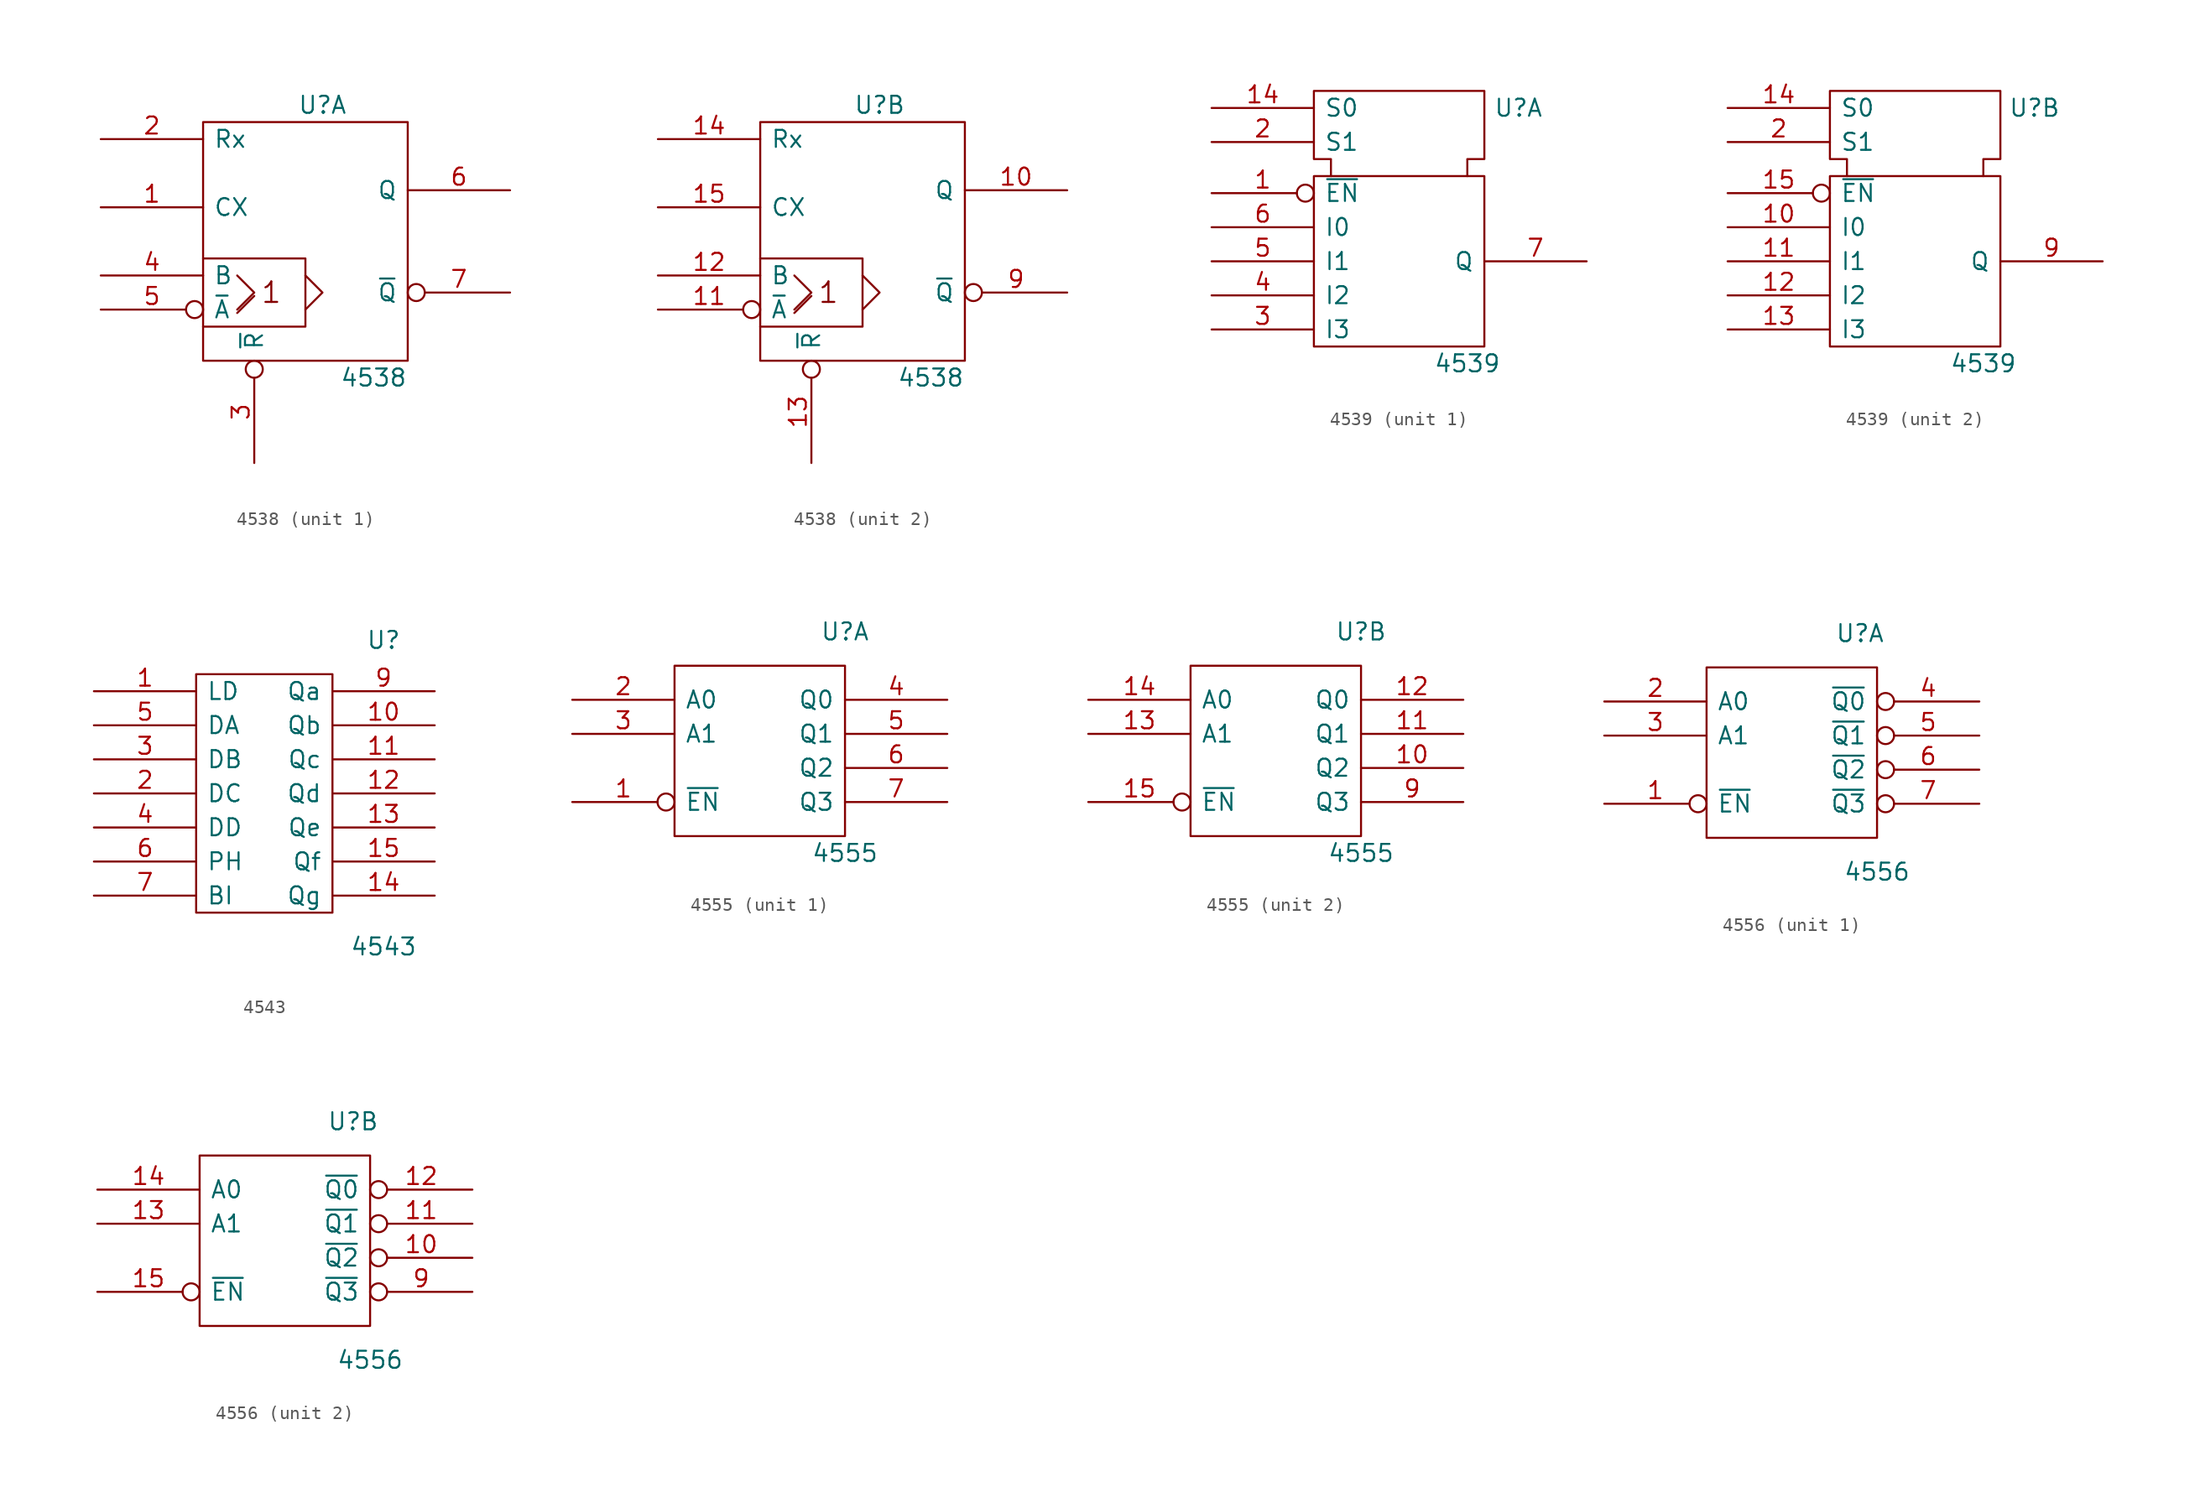
<source format=kicad_sym>
(kicad_symbol_lib
  (version 20211014)
  (generator kicad_symbol_editor)
  (symbol "4538"
    (pin_names
      (offset 0.762))
    (property "Reference" "U"
      (at 1.27 10.16 0)
      (effects (font (size 1.27 1.27))))
    (property "Value" "4538"
      (at 5.08 -10.16 0)
      (effects (font (size 1.27 1.27))))
    (symbol "4538_0_0"
      (polyline (pts (xy -5.08 -5.334) (xy -3.81 -4.064) (xy -3.81 -4.064)) (stroke (width 0) (type default) (color 0 0 0 0)) (fill (type none)))
      (polyline (pts (xy -5.08 -2.54) (xy -3.81 -3.81) (xy -5.08 -5.08) (xy -5.08 -5.08)) (stroke (width 0) (type default) (color 0 0 0 0)) (fill (type none)))
      (polyline (pts (xy 0 -2.54) (xy 1.27 -3.81) (xy 0 -5.08) (xy 0 -5.08)) (stroke (width 0) (type default) (color 0 0 0 0)) (fill (type none)))
      (polyline (pts (xy -7.62 -1.27) (xy 0 -1.27) (xy 0 -6.35) (xy -7.62 -6.35) (xy -7.62 -6.35)) (stroke (width 0) (type default) (color 0 0 0 0)) (fill (type none)))
      (text "1" (at -2.54 -3.81 0) (effects (font (size 1.524 1.524)))))
    (symbol "4538_0_1"
      (rectangle (start -7.62 8.89) (end 7.62 -8.89) (stroke (width 0) (type default) (color 0 0 0 0)) (fill (type none))))
    (symbol "4538_1_1"
      (pin input line (at -15.24 2.54 0) (length 7.62) (name "CX" (effects (font (size 1.27 1.27)))) (number "1" (effects (font (size 1.27 1.27)))))
      (pin power_in line (at 0 8.89 270) (length 0) hide (name "VDD" (effects (font (size 1.27 1.27)))) (number "16" (effects (font (size 1.27 1.27)))))
      (pin input line (at -15.24 7.62 0) (length 7.62) (name "Rx" (effects (font (size 1.27 1.27)))) (number "2" (effects (font (size 1.27 1.27)))))
      (pin input inverted (at -3.81 -16.51 90) (length 7.62) (name "~{R}" (effects (font (size 1.27 1.27)))) (number "3" (effects (font (size 1.27 1.27)))))
      (pin input line (at -15.24 -2.54 0) (length 7.62) (name "B" (effects (font (size 1.27 1.27)))) (number "4" (effects (font (size 1.27 1.27)))))
      (pin input inverted (at -15.24 -5.08 0) (length 7.62) (name "~{A}" (effects (font (size 1.27 1.27)))) (number "5" (effects (font (size 1.27 1.27)))))
      (pin output line (at 15.24 3.81 180) (length 7.62) (name "Q" (effects (font (size 1.27 1.27)))) (number "6" (effects (font (size 1.27 1.27)))))
      (pin output inverted (at 15.24 -3.81 180) (length 7.62) (name "~{Q}" (effects (font (size 1.27 1.27)))) (number "7" (effects (font (size 1.27 1.27)))))
      (pin power_in line (at 0 -8.89 90) (length 0) hide (name "VSS" (effects (font (size 1.27 1.27)))) (number "8" (effects (font (size 1.27 1.27))))))
    (symbol "4538_2_1"
      (pin output line (at 15.24 3.81 180) (length 7.62) (name "Q" (effects (font (size 1.27 1.27)))) (number "10" (effects (font (size 1.27 1.27)))))
      (pin input inverted (at -15.24 -5.08 0) (length 7.62) (name "~{A}" (effects (font (size 1.27 1.27)))) (number "11" (effects (font (size 1.27 1.27)))))
      (pin input line (at -15.24 -2.54 0) (length 7.62) (name "B" (effects (font (size 1.27 1.27)))) (number "12" (effects (font (size 1.27 1.27)))))
      (pin input inverted (at -3.81 -16.51 90) (length 7.62) (name "~{R}" (effects (font (size 1.27 1.27)))) (number "13" (effects (font (size 1.27 1.27)))))
      (pin input line (at -15.24 7.62 0) (length 7.62) (name "Rx" (effects (font (size 1.27 1.27)))) (number "14" (effects (font (size 1.27 1.27)))))
      (pin input line (at -15.24 2.54 0) (length 7.62) (name "CX" (effects (font (size 1.27 1.27)))) (number "15" (effects (font (size 1.27 1.27)))))
      (pin power_in line (at 0 8.89 270) (length 0) hide (name "VDD" (effects (font (size 1.27 1.27)))) (number "16" (effects (font (size 1.27 1.27)))))
      (pin power_in line (at 0 -8.89 90) (length 0) hide (name "VSS" (effects (font (size 1.27 1.27)))) (number "8" (effects (font (size 1.27 1.27)))))
      (pin output inverted (at 15.24 -3.81 180) (length 7.62) (name "~{Q}" (effects (font (size 1.27 1.27)))) (number "9" (effects (font (size 1.27 1.27)))))))
  (symbol "4539"
    (pin_names
      (offset 0.762))
    (property "Reference" "U"
      (at 8.89 10.16 0)
      (effects (font (size 1.27 1.27))))
    (property "Value" "4539"
      (at 5.08 -8.89 0)
      (effects (font (size 1.27 1.27))))
    (symbol "4539_0_1"
      (rectangle (start -6.35 5.08) (end 6.35 -7.62) (stroke (width 0) (type default) (color 0 0 0 0)) (fill (type none)))
      (polyline (pts (xy -5.08 5.08) (xy -5.08 6.35) (xy -6.35 6.35) (xy -6.35 11.43) (xy 6.35 11.43) (xy 6.35 6.35) (xy 5.08 6.35) (xy 5.08 5.08) (xy 5.08 5.08)) (stroke (width 0) (type default) (color 0 0 0 0)) (fill (type none)))
      (pin input line (at -13.97 10.16 0) (length 7.62) (name "S0" (effects (font (size 1.27 1.27)))) (number "14" (effects (font (size 1.27 1.27)))))
      (pin power_in line (at 3.81 11.43 270) (length 0) hide (name "Vdd" (effects (font (size 1.27 1.27)))) (number "16" (effects (font (size 1.27 1.27)))))
      (pin input line (at -13.97 7.62 0) (length 7.62) (name "S1" (effects (font (size 1.27 1.27)))) (number "2" (effects (font (size 1.27 1.27)))))
      (pin power_in line (at 0 11.43 270) (length 0) hide (name "Vss" (effects (font (size 1.27 1.27)))) (number "8" (effects (font (size 1.27 1.27))))))
    (symbol "4539_1_1"
      (pin input inverted (at -13.97 3.81 0) (length 7.62) (name "~{EN}" (effects (font (size 1.27 1.27)))) (number "1" (effects (font (size 1.27 1.27)))))
      (pin input line (at -13.97 -6.35 0) (length 7.62) (name "I3" (effects (font (size 1.27 1.27)))) (number "3" (effects (font (size 1.27 1.27)))))
      (pin input line (at -13.97 -3.81 0) (length 7.62) (name "I2" (effects (font (size 1.27 1.27)))) (number "4" (effects (font (size 1.27 1.27)))))
      (pin input line (at -13.97 -1.27 0) (length 7.62) (name "I1" (effects (font (size 1.27 1.27)))) (number "5" (effects (font (size 1.27 1.27)))))
      (pin input line (at -13.97 1.27 0) (length 7.62) (name "I0" (effects (font (size 1.27 1.27)))) (number "6" (effects (font (size 1.27 1.27)))))
      (pin output line (at 13.97 -1.27 180) (length 7.62) (name "Q" (effects (font (size 1.27 1.27)))) (number "7" (effects (font (size 1.27 1.27))))))
    (symbol "4539_2_1"
      (pin input line (at -13.97 1.27 0) (length 7.62) (name "I0" (effects (font (size 1.27 1.27)))) (number "10" (effects (font (size 1.27 1.27)))))
      (pin input line (at -13.97 -1.27 0) (length 7.62) (name "I1" (effects (font (size 1.27 1.27)))) (number "11" (effects (font (size 1.27 1.27)))))
      (pin input line (at -13.97 -3.81 0) (length 7.62) (name "I2" (effects (font (size 1.27 1.27)))) (number "12" (effects (font (size 1.27 1.27)))))
      (pin input line (at -13.97 -6.35 0) (length 7.62) (name "I3" (effects (font (size 1.27 1.27)))) (number "13" (effects (font (size 1.27 1.27)))))
      (pin input inverted (at -13.97 3.81 0) (length 7.62) (name "~{EN}" (effects (font (size 1.27 1.27)))) (number "15" (effects (font (size 1.27 1.27)))))
      (pin output line (at 13.97 -1.27 180) (length 7.62) (name "Q" (effects (font (size 1.27 1.27)))) (number "9" (effects (font (size 1.27 1.27)))))))
  (symbol "4543"
    (pin_names
      (offset 0.762))
    (property "Reference" "U"
      (at 8.89 11.43 0)
      (effects (font (size 1.27 1.27))))
    (property "Value" "4543"
      (at 8.89 -11.43 0)
      (effects (font (size 1.27 1.27))))
    (symbol "4543_0_1"
      (rectangle (start -5.08 8.89) (end 5.08 -8.89) (stroke (width 0) (type default) (color 0 0 0 0)) (fill (type none))))
    (symbol "4543_1_1"
      (pin input line (at -12.7 7.62 0) (length 7.62) (name "LD" (effects (font (size 1.27 1.27)))) (number "1" (effects (font (size 1.27 1.27)))))
      (pin output line (at 12.7 5.08 180) (length 7.62) (name "Qb" (effects (font (size 1.27 1.27)))) (number "10" (effects (font (size 1.27 1.27)))))
      (pin output line (at 12.7 2.54 180) (length 7.62) (name "Qc" (effects (font (size 1.27 1.27)))) (number "11" (effects (font (size 1.27 1.27)))))
      (pin output line (at 12.7 0 180) (length 7.62) (name "Qd" (effects (font (size 1.27 1.27)))) (number "12" (effects (font (size 1.27 1.27)))))
      (pin output line (at 12.7 -2.54 180) (length 7.62) (name "Qe" (effects (font (size 1.27 1.27)))) (number "13" (effects (font (size 1.27 1.27)))))
      (pin output line (at 12.7 -7.62 180) (length 7.62) (name "Qg" (effects (font (size 1.27 1.27)))) (number "14" (effects (font (size 1.27 1.27)))))
      (pin output line (at 12.7 -5.08 180) (length 7.62) (name "Qf" (effects (font (size 1.27 1.27)))) (number "15" (effects (font (size 1.27 1.27)))))
      (pin power_in line (at 0 8.89 270) (length 0) hide (name "Vdd" (effects (font (size 1.27 1.27)))) (number "16" (effects (font (size 1.27 1.27)))))
      (pin input line (at -12.7 0 0) (length 7.62) (name "DC" (effects (font (size 1.27 1.27)))) (number "2" (effects (font (size 1.27 1.27)))))
      (pin input line (at -12.7 2.54 0) (length 7.62) (name "DB" (effects (font (size 1.27 1.27)))) (number "3" (effects (font (size 1.27 1.27)))))
      (pin input line (at -12.7 -2.54 0) (length 7.62) (name "DD" (effects (font (size 1.27 1.27)))) (number "4" (effects (font (size 1.27 1.27)))))
      (pin input line (at -12.7 5.08 0) (length 7.62) (name "DA" (effects (font (size 1.27 1.27)))) (number "5" (effects (font (size 1.27 1.27)))))
      (pin input line (at -12.7 -5.08 0) (length 7.62) (name "PH" (effects (font (size 1.27 1.27)))) (number "6" (effects (font (size 1.27 1.27)))))
      (pin input line (at -12.7 -7.62 0) (length 7.62) (name "BI" (effects (font (size 1.27 1.27)))) (number "7" (effects (font (size 1.27 1.27)))))
      (pin power_in line (at 0 -8.89 90) (length 0) hide (name "Vss" (effects (font (size 1.27 1.27)))) (number "8" (effects (font (size 1.27 1.27)))))
      (pin output line (at 12.7 7.62 180) (length 7.62) (name "Qa" (effects (font (size 1.27 1.27)))) (number "9" (effects (font (size 1.27 1.27)))))))
  (symbol "4555"
    (pin_names
      (offset 0.762))
    (property "Reference" "U"
      (at 6.35 8.89 0)
      (effects (font (size 1.27 1.27))))
    (property "Value" "4555"
      (at 6.35 -7.62 0)
      (effects (font (size 1.27 1.27))))
    (symbol "4555_0_1"
      (rectangle (start -6.35 6.35) (end 6.35 -6.35) (stroke (width 0) (type default) (color 0 0 0 0)) (fill (type none)))
      (pin power_in line (at 0 6.35 270) (length 0) hide (name "Vdd" (effects (font (size 1.27 1.27)))) (number "16" (effects (font (size 1.27 1.27)))))
      (pin power_in line (at 0 -6.35 90) (length 0) hide (name "Vss" (effects (font (size 1.27 1.27)))) (number "8" (effects (font (size 1.27 1.27))))))
    (symbol "4555_1_1"
      (pin input inverted (at -13.97 -3.81 0) (length 7.62) (name "~{EN}" (effects (font (size 1.27 1.27)))) (number "1" (effects (font (size 1.27 1.27)))))
      (pin input line (at -13.97 3.81 0) (length 7.62) (name "A0" (effects (font (size 1.27 1.27)))) (number "2" (effects (font (size 1.27 1.27)))))
      (pin input line (at -13.97 1.27 0) (length 7.62) (name "A1" (effects (font (size 1.27 1.27)))) (number "3" (effects (font (size 1.27 1.27)))))
      (pin output line (at 13.97 3.81 180) (length 7.62) (name "Q0" (effects (font (size 1.27 1.27)))) (number "4" (effects (font (size 1.27 1.27)))))
      (pin output line (at 13.97 1.27 180) (length 7.62) (name "Q1" (effects (font (size 1.27 1.27)))) (number "5" (effects (font (size 1.27 1.27)))))
      (pin output line (at 13.97 -1.27 180) (length 7.62) (name "Q2" (effects (font (size 1.27 1.27)))) (number "6" (effects (font (size 1.27 1.27)))))
      (pin output line (at 13.97 -3.81 180) (length 7.62) (name "Q3" (effects (font (size 1.27 1.27)))) (number "7" (effects (font (size 1.27 1.27))))))
    (symbol "4555_2_1"
      (pin output line (at 13.97 -1.27 180) (length 7.62) (name "Q2" (effects (font (size 1.27 1.27)))) (number "10" (effects (font (size 1.27 1.27)))))
      (pin output line (at 13.97 1.27 180) (length 7.62) (name "Q1" (effects (font (size 1.27 1.27)))) (number "11" (effects (font (size 1.27 1.27)))))
      (pin output line (at 13.97 3.81 180) (length 7.62) (name "Q0" (effects (font (size 1.27 1.27)))) (number "12" (effects (font (size 1.27 1.27)))))
      (pin input line (at -13.97 1.27 0) (length 7.62) (name "A1" (effects (font (size 1.27 1.27)))) (number "13" (effects (font (size 1.27 1.27)))))
      (pin input line (at -13.97 3.81 0) (length 7.62) (name "A0" (effects (font (size 1.27 1.27)))) (number "14" (effects (font (size 1.27 1.27)))))
      (pin input inverted (at -13.97 -3.81 0) (length 7.62) (name "~{EN}" (effects (font (size 1.27 1.27)))) (number "15" (effects (font (size 1.27 1.27)))))
      (pin output line (at 13.97 -3.81 180) (length 7.62) (name "Q3" (effects (font (size 1.27 1.27)))) (number "9" (effects (font (size 1.27 1.27)))))))
  (symbol "4556"
    (pin_names
      (offset 0.762))
    (property "Reference" "U"
      (at 5.08 8.89 0)
      (effects (font (size 1.27 1.27))))
    (property "Value" "4556"
      (at 6.35 -8.89 0)
      (effects (font (size 1.27 1.27))))
    (symbol "4556_0_1"
      (rectangle (start -6.35 6.35) (end 6.35 -6.35) (stroke (width 0) (type default) (color 0 0 0 0)) (fill (type none)))
      (pin power_in line (at 0 6.35 270) (length 0) hide (name "Vdd" (effects (font (size 1.27 1.27)))) (number "16" (effects (font (size 1.27 1.27)))))
      (pin power_in line (at 0 -6.35 90) (length 0) hide (name "Vss" (effects (font (size 1.27 1.27)))) (number "8" (effects (font (size 1.27 1.27))))))
    (symbol "4556_1_1"
      (pin input inverted (at -13.97 -3.81 0) (length 7.62) (name "~{EN}" (effects (font (size 1.27 1.27)))) (number "1" (effects (font (size 1.27 1.27)))))
      (pin input line (at -13.97 3.81 0) (length 7.62) (name "A0" (effects (font (size 1.27 1.27)))) (number "2" (effects (font (size 1.27 1.27)))))
      (pin input line (at -13.97 1.27 0) (length 7.62) (name "A1" (effects (font (size 1.27 1.27)))) (number "3" (effects (font (size 1.27 1.27)))))
      (pin output inverted (at 13.97 3.81 180) (length 7.62) (name "~{Q0}" (effects (font (size 1.27 1.27)))) (number "4" (effects (font (size 1.27 1.27)))))
      (pin output inverted (at 13.97 1.27 180) (length 7.62) (name "~{Q1}" (effects (font (size 1.27 1.27)))) (number "5" (effects (font (size 1.27 1.27)))))
      (pin output inverted (at 13.97 -1.27 180) (length 7.62) (name "~{Q2}" (effects (font (size 1.27 1.27)))) (number "6" (effects (font (size 1.27 1.27)))))
      (pin output inverted (at 13.97 -3.81 180) (length 7.62) (name "~{Q3}" (effects (font (size 1.27 1.27)))) (number "7" (effects (font (size 1.27 1.27))))))
    (symbol "4556_2_1"
      (pin output inverted (at 13.97 -1.27 180) (length 7.62) (name "~{Q2}" (effects (font (size 1.27 1.27)))) (number "10" (effects (font (size 1.27 1.27)))))
      (pin output inverted (at 13.97 1.27 180) (length 7.62) (name "~{Q1}" (effects (font (size 1.27 1.27)))) (number "11" (effects (font (size 1.27 1.27)))))
      (pin output inverted (at 13.97 3.81 180) (length 7.62) (name "~{Q0}" (effects (font (size 1.27 1.27)))) (number "12" (effects (font (size 1.27 1.27)))))
      (pin input line (at -13.97 1.27 0) (length 7.62) (name "A1" (effects (font (size 1.27 1.27)))) (number "13" (effects (font (size 1.27 1.27)))))
      (pin input line (at -13.97 3.81 0) (length 7.62) (name "A0" (effects (font (size 1.27 1.27)))) (number "14" (effects (font (size 1.27 1.27)))))
      (pin input inverted (at -13.97 -3.81 0) (length 7.62) (name "~{EN}" (effects (font (size 1.27 1.27)))) (number "15" (effects (font (size 1.27 1.27)))))
      (pin output inverted (at 13.97 -3.81 180) (length 7.62) (name "~{Q3}" (effects (font (size 1.27 1.27)))) (number "9" (effects (font (size 1.27 1.27))))))))
</source>
